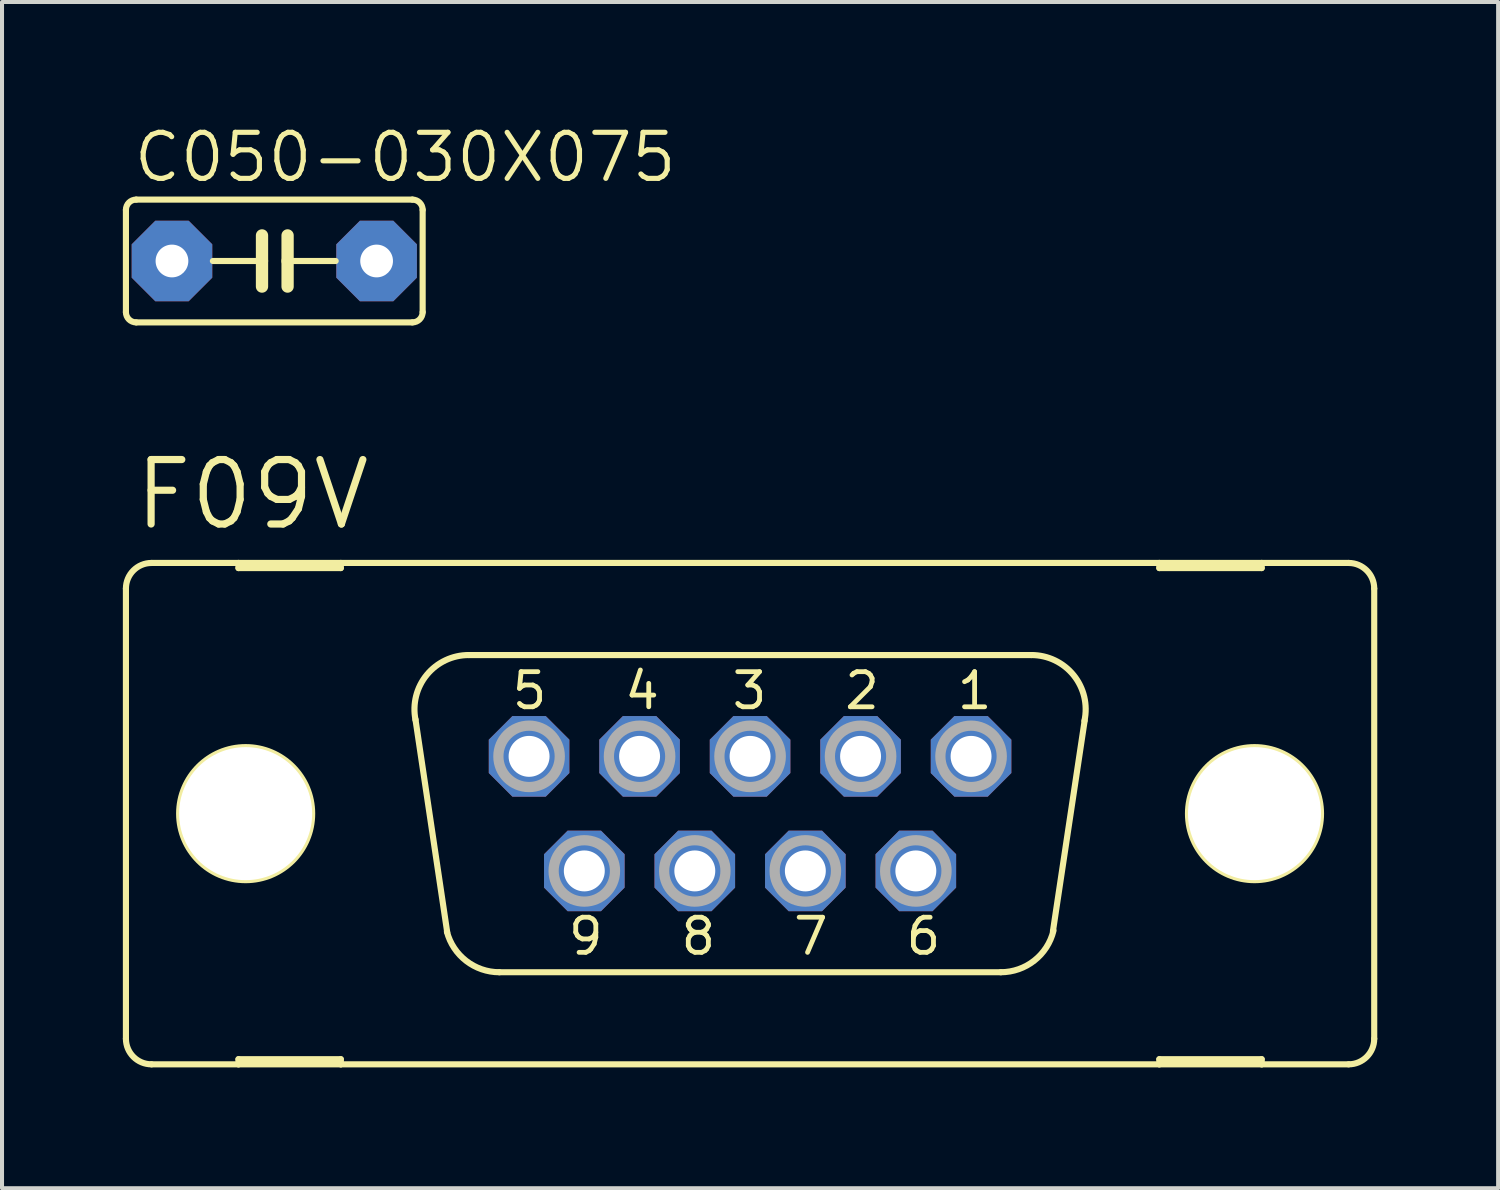
<source format=kicad_pcb>
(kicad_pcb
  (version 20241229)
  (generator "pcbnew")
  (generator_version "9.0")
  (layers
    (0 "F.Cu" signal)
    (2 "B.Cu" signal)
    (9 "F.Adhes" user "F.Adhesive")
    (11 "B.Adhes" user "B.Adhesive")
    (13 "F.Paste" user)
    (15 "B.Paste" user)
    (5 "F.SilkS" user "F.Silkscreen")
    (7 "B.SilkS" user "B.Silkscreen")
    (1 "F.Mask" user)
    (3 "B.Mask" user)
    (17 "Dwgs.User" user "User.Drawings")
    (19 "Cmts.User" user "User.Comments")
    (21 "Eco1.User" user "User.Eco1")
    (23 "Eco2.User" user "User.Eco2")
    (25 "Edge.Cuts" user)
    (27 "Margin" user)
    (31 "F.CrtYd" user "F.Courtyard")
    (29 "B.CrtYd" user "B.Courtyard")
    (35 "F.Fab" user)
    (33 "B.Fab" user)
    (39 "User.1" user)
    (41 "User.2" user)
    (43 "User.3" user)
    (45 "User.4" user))
  (footprint "C050-030X075"
    (layer "F.Cu")
    (at 3.759 3.429)
    (property "Reference" "C050-030X075" (at -3.556 -1.905 0) (layer "F.SilkS") (effects (font (size 1.143 1.143) (thickness 0.127)) (justify left bottom)))
    (fp_line (start -3.683 -1.27) (end -3.683 1.27) (stroke (width 0.152) (type solid)) (layer "F.SilkS"))
    (fp_line (start -3.429 1.524) (end 3.429 1.524) (stroke (width 0.152) (type solid)) (layer "F.SilkS"))
    (fp_line (start -0.305 -0.635) (end -0.305 0) (stroke (width 0.305) (type solid)) (layer "F.SilkS"))
    (fp_line (start -0.305 0) (end -1.524 0) (stroke (width 0.152) (type solid)) (layer "F.SilkS"))
    (fp_line (start -0.305 0) (end -0.305 0.635) (stroke (width 0.305) (type solid)) (layer "F.SilkS"))
    (fp_line (start 0.33 -0.635) (end 0.33 0) (stroke (width 0.305) (type solid)) (layer "F.SilkS"))
    (fp_line (start 0.33 0) (end 0.33 0.635) (stroke (width 0.305) (type solid)) (layer "F.SilkS"))
    (fp_line (start 0.33 0) (end 1.524 0) (stroke (width 0.152) (type solid)) (layer "F.SilkS"))
    (fp_line (start 3.429 -1.524) (end -3.429 -1.524) (stroke (width 0.152) (type solid)) (layer "F.SilkS"))
    (fp_line (start 3.683 1.27) (end 3.683 -1.27) (stroke (width 0.152) (type solid)) (layer "F.SilkS"))
    (fp_arc (start -3.683 -1.27) (mid -3.608605 -1.449605) (end -3.429 -1.524) (stroke (width 0.1524) (type solid)) (layer "F.SilkS"))
    (fp_arc (start -3.429 1.524) (mid -3.608605 1.449605) (end -3.683 1.27) (stroke (width 0.1524) (type solid)) (layer "F.SilkS"))
    (fp_arc (start 3.429 -1.524) (mid 3.608605 -1.449605) (end 3.683 -1.27) (stroke (width 0.1524) (type solid)) (layer "F.SilkS"))
    (fp_arc (start 3.683 1.27) (mid 3.608605 1.449605) (end 3.429 1.524) (stroke (width 0.1524) (type solid)) (layer "F.SilkS"))
    (pad "1" thru_hole roundrect (at -2.54 0) (size 2 2) (drill 0.813) (layers "*.Cu" "*.Mask") (roundrect_rratio 0.25) (chamfer_ratio 0.293) (chamfer top_left top_right bottom_left bottom_right))
    (pad "2" thru_hole roundrect (at 2.54 0) (size 2 2) (drill 0.813) (layers "*.Cu" "*.Mask") (roundrect_rratio 0.25) (chamfer_ratio 0.293) (chamfer top_left top_right bottom_left bottom_right)))
  (footprint "F09V"
    (layer "F.Cu")
    (at 15.57 17.148)
    (property "Reference" "F09V" (at -15.367 -6.985 0) (layer "F.SilkS") (effects (font (size 1.6 1.6) (thickness 0.178)) (justify left bottom)))
    (fp_line (start -15.494 -5.588) (end -15.494 5.588) (stroke (width 0.152) (type solid)) (layer "F.SilkS"))
    (fp_line (start -14.859 6.223) (end -12.7 6.223) (stroke (width 0.152) (type solid)) (layer "F.SilkS"))
    (fp_line (start -12.7 -6.223) (end -14.859 -6.223) (stroke (width 0.152) (type solid)) (layer "F.SilkS"))
    (fp_line (start -12.7 -6.223) (end -12.7 -6.096) (stroke (width 0.152) (type solid)) (layer "F.SilkS"))
    (fp_line (start -12.7 -6.096) (end -10.16 -6.096) (stroke (width 0.152) (type solid)) (layer "F.SilkS"))
    (fp_line (start -12.7 6.096) (end -10.16 6.096) (stroke (width 0.152) (type solid)) (layer "F.SilkS"))
    (fp_line (start -12.7 6.223) (end -12.7 6.096) (stroke (width 0.152) (type solid)) (layer "F.SilkS"))
    (fp_line (start -12.7 6.223) (end -10.16 6.223) (stroke (width 0.152) (type solid)) (layer "F.SilkS"))
    (fp_line (start -10.16 -6.223) (end -12.7 -6.223) (stroke (width 0.152) (type solid)) (layer "F.SilkS"))
    (fp_line (start -10.16 -6.096) (end -10.16 -6.223) (stroke (width 0.152) (type solid)) (layer "F.SilkS"))
    (fp_line (start -10.16 6.096) (end -10.16 6.223) (stroke (width 0.152) (type solid)) (layer "F.SilkS"))
    (fp_line (start -10.16 6.223) (end 10.16 6.223) (stroke (width 0.152) (type solid)) (layer "F.SilkS"))
    (fp_line (start -7.518 2.946) (end -8.306 -2.337) (stroke (width 0.152) (type solid)) (layer "F.SilkS"))
    (fp_line (start -6.985 -3.937) (end 6.985 -3.937) (stroke (width 0.152) (type solid)) (layer "F.SilkS"))
    (fp_line (start -6.223 3.937) (end 6.223 3.937) (stroke (width 0.152) (type solid)) (layer "F.SilkS"))
    (fp_line (start 8.306 -2.311) (end 7.518 2.921) (stroke (width 0.152) (type solid)) (layer "F.SilkS"))
    (fp_line (start 10.16 -6.223) (end -10.16 -6.223) (stroke (width 0.152) (type solid)) (layer "F.SilkS"))
    (fp_line (start 10.16 -6.223) (end 10.16 -6.096) (stroke (width 0.152) (type solid)) (layer "F.SilkS"))
    (fp_line (start 10.16 -6.096) (end 12.7 -6.096) (stroke (width 0.152) (type solid)) (layer "F.SilkS"))
    (fp_line (start 10.16 6.096) (end 12.7 6.096) (stroke (width 0.152) (type solid)) (layer "F.SilkS"))
    (fp_line (start 10.16 6.223) (end 10.16 6.096) (stroke (width 0.152) (type solid)) (layer "F.SilkS"))
    (fp_line (start 10.16 6.223) (end 12.7 6.223) (stroke (width 0.152) (type solid)) (layer "F.SilkS"))
    (fp_line (start 12.7 -6.223) (end 10.16 -6.223) (stroke (width 0.152) (type solid)) (layer "F.SilkS"))
    (fp_line (start 12.7 -6.096) (end 12.7 -6.223) (stroke (width 0.152) (type solid)) (layer "F.SilkS"))
    (fp_line (start 12.7 6.096) (end 12.7 6.223) (stroke (width 0.152) (type solid)) (layer "F.SilkS"))
    (fp_line (start 12.7 6.223) (end 14.859 6.223) (stroke (width 0.152) (type solid)) (layer "F.SilkS"))
    (fp_line (start 14.859 -6.223) (end 12.7 -6.223) (stroke (width 0.152) (type solid)) (layer "F.SilkS"))
    (fp_line (start 15.494 -5.588) (end 15.494 5.588) (stroke (width 0.152) (type solid)) (layer "F.SilkS"))
    (fp_arc (start -15.494 -5.588) (mid -15.308013 -6.037013) (end -14.859 -6.223) (stroke (width 0.1524) (type solid)) (layer "F.SilkS"))
    (fp_arc (start -14.859 6.223) (mid -15.308013 6.037013) (end -15.494 5.588) (stroke (width 0.1524) (type solid)) (layer "F.SilkS"))
    (fp_arc (start -8.3051 -2.3268) (mid -8.026082 -3.444284) (end -6.985 -3.937) (stroke (width 0.1524) (type solid)) (layer "F.SilkS"))
    (fp_arc (start -6.223 3.937) (mid -7.0465 3.655745) (end -7.5259 2.9295) (stroke (width 0.1524) (type solid)) (layer "F.SilkS"))
    (fp_arc (start 6.985 -3.937) (mid 8.033557 -3.435183) (end 8.300499 -2.303798) (stroke (width 0.1524) (type solid)) (layer "F.SilkS"))
    (fp_arc (start 7.531701 2.904999) (mid 7.056257 3.647874) (end 6.223 3.937) (stroke (width 0.1524) (type solid)) (layer "F.SilkS"))
    (fp_arc (start 14.859 -6.223) (mid 15.308013 -6.037013) (end 15.494 -5.588) (stroke (width 0.1524) (type solid)) (layer "F.SilkS"))
    (fp_arc (start 15.494 5.588) (mid 15.308013 6.037013) (end 14.859 6.223) (stroke (width 0.1524) (type solid)) (layer "F.SilkS"))
    (fp_circle (center -12.522 0) (end -10.871 0) (stroke (width 0.152) (type solid)) (fill no) (layer "F.SilkS"))
    (fp_circle (center 12.522 0) (end 14.173 0) (stroke (width 0.152) (type solid)) (fill no) (layer "F.SilkS"))
    (fp_circle (center -5.486 -1.422) (end -4.724 -1.422) (stroke (width 0.254) (type solid)) (fill no) (layer "F.Fab"))
    (fp_circle (center -4.115 1.422) (end -3.353 1.422) (stroke (width 0.254) (type solid)) (fill no) (layer "F.Fab"))
    (fp_circle (center -2.743 -1.422) (end -1.981 -1.422) (stroke (width 0.254) (type solid)) (fill no) (layer "F.Fab"))
    (fp_circle (center -1.372 1.422) (end -0.61 1.422) (stroke (width 0.254) (type solid)) (fill no) (layer "F.Fab"))
    (fp_circle (center 0 -1.422) (end 0.762 -1.422) (stroke (width 0.254) (type solid)) (fill no) (layer "F.Fab"))
    (fp_circle (center 1.372 1.422) (end 2.134 1.422) (stroke (width 0.254) (type solid)) (fill no) (layer "F.Fab"))
    (fp_circle (center 2.743 -1.422) (end 3.505 -1.422) (stroke (width 0.254) (type solid)) (fill no) (layer "F.Fab"))
    (fp_circle (center 4.115 1.422) (end 4.877 1.422) (stroke (width 0.254) (type solid)) (fill no) (layer "F.Fab"))
    (fp_circle (center 5.486 -1.422) (end 6.248 -1.422) (stroke (width 0.254) (type solid)) (fill no) (layer "F.Fab"))
    (fp_text user "4" (at -3.175 -2.54 0) (layer "F.SilkS") (effects (font (size 0.872 0.872) (thickness 0.119)) (justify left bottom)))
    (fp_text user "9" (at -4.572 3.556 0) (layer "F.SilkS") (effects (font (size 0.872 0.872) (thickness 0.119)) (justify left bottom)))
    (fp_text user "7" (at 1.016 3.556 0) (layer "F.SilkS") (effects (font (size 0.872 0.872) (thickness 0.119)) (justify left bottom)))
    (fp_text user "5" (at -5.969 -2.54 0) (layer "F.SilkS") (effects (font (size 0.872 0.872) (thickness 0.119)) (justify left bottom)))
    (fp_text user "6" (at 3.81 3.556 0) (layer "F.SilkS") (effects (font (size 0.872 0.872) (thickness 0.119)) (justify left bottom)))
    (fp_text user "3" (at -0.508 -2.54 0) (layer "F.SilkS") (effects (font (size 0.872 0.872) (thickness 0.119)) (justify left bottom)))
    (fp_text user "8" (at -1.778 3.556 0) (layer "F.SilkS") (effects (font (size 0.872 0.872) (thickness 0.119)) (justify left bottom)))
    (fp_text user "2" (at 2.286 -2.54 0) (layer "F.SilkS") (effects (font (size 0.872 0.872) (thickness 0.119)) (justify left bottom)))
    (fp_text user "1" (at 5.08 -2.54 0) (layer "F.SilkS") (effects (font (size 0.872 0.872) (thickness 0.119)) (justify left bottom)))
    (pad "" np_thru_hole circle (at -12.522 0) (size 3.302 3.302) (drill 3.302) (layers "*.Cu" "*.Mask"))
    (pad "" np_thru_hole circle (at 12.522 0) (size 3.302 3.302) (drill 3.302) (layers "*.Cu" "*.Mask"))
    (pad "1" thru_hole roundrect (at 5.486 -1.422) (size 2 2) (drill 1.016) (layers "*.Cu" "*.Mask") (roundrect_rratio 0.25) (chamfer_ratio 0.293) (chamfer top_left top_right bottom_left bottom_right))
    (pad "2" thru_hole roundrect (at 2.743 -1.422) (size 2 2) (drill 1.016) (layers "*.Cu" "*.Mask") (roundrect_rratio 0.25) (chamfer_ratio 0.293) (chamfer top_left top_right bottom_left bottom_right))
    (pad "3" thru_hole roundrect (at 0 -1.422) (size 2 2) (drill 1.016) (layers "*.Cu" "*.Mask") (roundrect_rratio 0.25) (chamfer_ratio 0.293) (chamfer top_left top_right bottom_left bottom_right))
    (pad "4" thru_hole roundrect (at -2.743 -1.422) (size 2 2) (drill 1.016) (layers "*.Cu" "*.Mask") (roundrect_rratio 0.25) (chamfer_ratio 0.293) (chamfer top_left top_right bottom_left bottom_right))
    (pad "5" thru_hole roundrect (at -5.486 -1.422) (size 2 2) (drill 1.016) (layers "*.Cu" "*.Mask") (roundrect_rratio 0.25) (chamfer_ratio 0.293) (chamfer top_left top_right bottom_left bottom_right))
    (pad "6" thru_hole roundrect (at 4.115 1.422) (size 2 2) (drill 1.016) (layers "*.Cu" "*.Mask") (roundrect_rratio 0.25) (chamfer_ratio 0.293) (chamfer top_left top_right bottom_left bottom_right))
    (pad "7" thru_hole roundrect (at 1.372 1.422) (size 2 2) (drill 1.016) (layers "*.Cu" "*.Mask") (roundrect_rratio 0.25) (chamfer_ratio 0.293) (chamfer top_left top_right bottom_left bottom_right))
    (pad "8" thru_hole roundrect (at -1.372 1.422) (size 2 2) (drill 1.016) (layers "*.Cu" "*.Mask") (roundrect_rratio 0.25) (chamfer_ratio 0.293) (chamfer top_left top_right bottom_left bottom_right))
    (pad "9" thru_hole roundrect (at -4.115 1.422) (size 2 2) (drill 1.016) (layers "*.Cu" "*.Mask") (roundrect_rratio 0.25) (chamfer_ratio 0.293) (chamfer top_left top_right bottom_left bottom_right))
    (zone (net_name "") (layers "F.Cu" "B.Cu") (hatch edge 0.5) (connect_pads) (min_thickness 0.25) (filled_areas_thickness no) (keepout (tracks allowed) (vias not_allowed) (pads allowed) (copperpour allowed) (footprints allowed)) (placement (enabled no)) (fill) (polygon (pts (xy 5.715 17.148) (xy 5.695 16.82) (xy 5.634 16.497) (xy 5.535 16.184) (xy 5.398 15.886) (xy 5.225 15.607) (xy 5.019 15.351) (xy 4.783 15.122) (xy 4.521 14.925) (xy 4.237 14.76) (xy 3.934 14.632) (xy 3.619 14.543) (xy 3.294 14.492) (xy 2.966 14.482) (xy 2.639 14.512) (xy 2.318 14.583) (xy 2.008 14.692) (xy 1.714 14.838) (xy 1.441 15.019) (xy 1.191 15.233) (xy 0.97 15.476) (xy 0.78 15.744) (xy 0.625 16.033) (xy 0.507 16.339) (xy 0.426 16.658) (xy 0.386 16.984) (xy 0.386 17.312) (xy 0.426 17.638) (xy 0.507 17.956) (xy 0.625 18.262) (xy 0.78 18.552) (xy 0.97 18.82) (xy 1.191 19.062) (xy 1.441 19.276) (xy 1.714 19.457) (xy 2.008 19.604) (xy 2.318 19.713) (xy 2.639 19.783) (xy 2.966 19.814) (xy 3.294 19.803) (xy 3.619 19.753) (xy 3.934 19.663) (xy 4.237 19.535) (xy 4.521 19.371) (xy 4.783 19.173) (xy 5.019 18.945) (xy 5.225 18.689) (xy 5.398 18.41) (xy 5.535 18.111) (xy 5.634 17.798) (xy 5.695 17.476))))
    (zone (net_name "") (layers "F.Cu" "B.Cu") (hatch edge 0.5) (connect_pads) (min_thickness 0.25) (filled_areas_thickness no) (keepout (tracks allowed) (vias not_allowed) (pads allowed) (copperpour allowed) (footprints allowed)) (placement (enabled no)) (fill) (polygon (pts (xy 30.759 17.148) (xy 30.739 16.82) (xy 30.679 16.497) (xy 30.579 16.184) (xy 30.442 15.886) (xy 30.269 15.607) (xy 30.063 15.351) (xy 29.828 15.122) (xy 29.566 14.925) (xy 29.281 14.76) (xy 28.979 14.632) (xy 28.663 14.543) (xy 28.338 14.492) (xy 28.01 14.482) (xy 27.683 14.512) (xy 27.363 14.583) (xy 27.053 14.692) (xy 26.759 14.838) (xy 26.485 15.019) (xy 26.236 15.233) (xy 26.015 15.476) (xy 25.825 15.744) (xy 25.67 16.033) (xy 25.551 16.339) (xy 25.471 16.658) (xy 25.43 16.984) (xy 25.43 17.312) (xy 25.471 17.638) (xy 25.551 17.956) (xy 25.67 18.262) (xy 25.825 18.552) (xy 26.015 18.82) (xy 26.236 19.062) (xy 26.485 19.276) (xy 26.759 19.457) (xy 27.053 19.604) (xy 27.363 19.713) (xy 27.683 19.783) (xy 28.01 19.814) (xy 28.338 19.803) (xy 28.663 19.753) (xy 28.979 19.663) (xy 29.281 19.535) (xy 29.566 19.371) (xy 29.828 19.173) (xy 30.063 18.945) (xy 30.269 18.689) (xy 30.442 18.41) (xy 30.579 18.111) (xy 30.679 17.798) (xy 30.739 17.476))))
    (zone (net_name "") (layer "B.Cu") (hatch edge 0.5) (connect_pads) (min_thickness 0.25) (filled_areas_thickness no) (keepout (tracks not_allowed) (vias not_allowed) (pads not_allowed) (copperpour not_allowed) (footprints allowed)) (placement (enabled no)) (fill) (polygon (pts (xy 5.715 17.148) (xy 5.695 16.82) (xy 5.634 16.497) (xy 5.535 16.184) (xy 5.398 15.886) (xy 5.225 15.607) (xy 5.019 15.351) (xy 4.783 15.122) (xy 4.521 14.925) (xy 4.237 14.76) (xy 3.934 14.632) (xy 3.619 14.543) (xy 3.294 14.492) (xy 2.966 14.482) (xy 2.639 14.512) (xy 2.318 14.583) (xy 2.008 14.692) (xy 1.714 14.838) (xy 1.441 15.019) (xy 1.191 15.233) (xy 0.97 15.476) (xy 0.78 15.744) (xy 0.625 16.033) (xy 0.507 16.339) (xy 0.426 16.658) (xy 0.386 16.984) (xy 0.386 17.312) (xy 0.426 17.638) (xy 0.507 17.956) (xy 0.625 18.262) (xy 0.78 18.552) (xy 0.97 18.82) (xy 1.191 19.062) (xy 1.441 19.276) (xy 1.714 19.457) (xy 2.008 19.604) (xy 2.318 19.713) (xy 2.639 19.783) (xy 2.966 19.814) (xy 3.294 19.803) (xy 3.619 19.753) (xy 3.934 19.663) (xy 4.237 19.535) (xy 4.521 19.371) (xy 4.783 19.173) (xy 5.019 18.945) (xy 5.225 18.689) (xy 5.398 18.41) (xy 5.535 18.111) (xy 5.634 17.798) (xy 5.695 17.476))))
    (zone (net_name "") (layer "B.Cu") (hatch edge 0.5) (connect_pads) (min_thickness 0.25) (filled_areas_thickness no) (keepout (tracks not_allowed) (vias not_allowed) (pads not_allowed) (copperpour not_allowed) (footprints allowed)) (placement (enabled no)) (fill) (polygon (pts (xy 30.759 17.148) (xy 30.739 16.82) (xy 30.679 16.497) (xy 30.579 16.184) (xy 30.442 15.886) (xy 30.269 15.607) (xy 30.063 15.351) (xy 29.828 15.122) (xy 29.566 14.925) (xy 29.281 14.76) (xy 28.979 14.632) (xy 28.663 14.543) (xy 28.338 14.492) (xy 28.01 14.482) (xy 27.683 14.512) (xy 27.363 14.583) (xy 27.053 14.692) (xy 26.759 14.838) (xy 26.485 15.019) (xy 26.236 15.233) (xy 26.015 15.476) (xy 25.825 15.744) (xy 25.67 16.033) (xy 25.551 16.339) (xy 25.471 16.658) (xy 25.43 16.984) (xy 25.43 17.312) (xy 25.471 17.638) (xy 25.551 17.956) (xy 25.67 18.262) (xy 25.825 18.552) (xy 26.015 18.82) (xy 26.236 19.062) (xy 26.485 19.276) (xy 26.759 19.457) (xy 27.053 19.604) (xy 27.363 19.713) (xy 27.683 19.783) (xy 28.01 19.814) (xy 28.338 19.803) (xy 28.663 19.753) (xy 28.979 19.663) (xy 29.281 19.535) (xy 29.566 19.371) (xy 29.828 19.173) (xy 30.063 18.945) (xy 30.269 18.689) (xy 30.442 18.41) (xy 30.579 18.111) (xy 30.679 17.798) (xy 30.739 17.476)))))
  (gr_rect
    (start -3 -3)
    (end 34.14 26.447)
    (stroke (width 0.1) (type default))
    (fill no)
    (layer "Edge.Cuts")))
</source>
